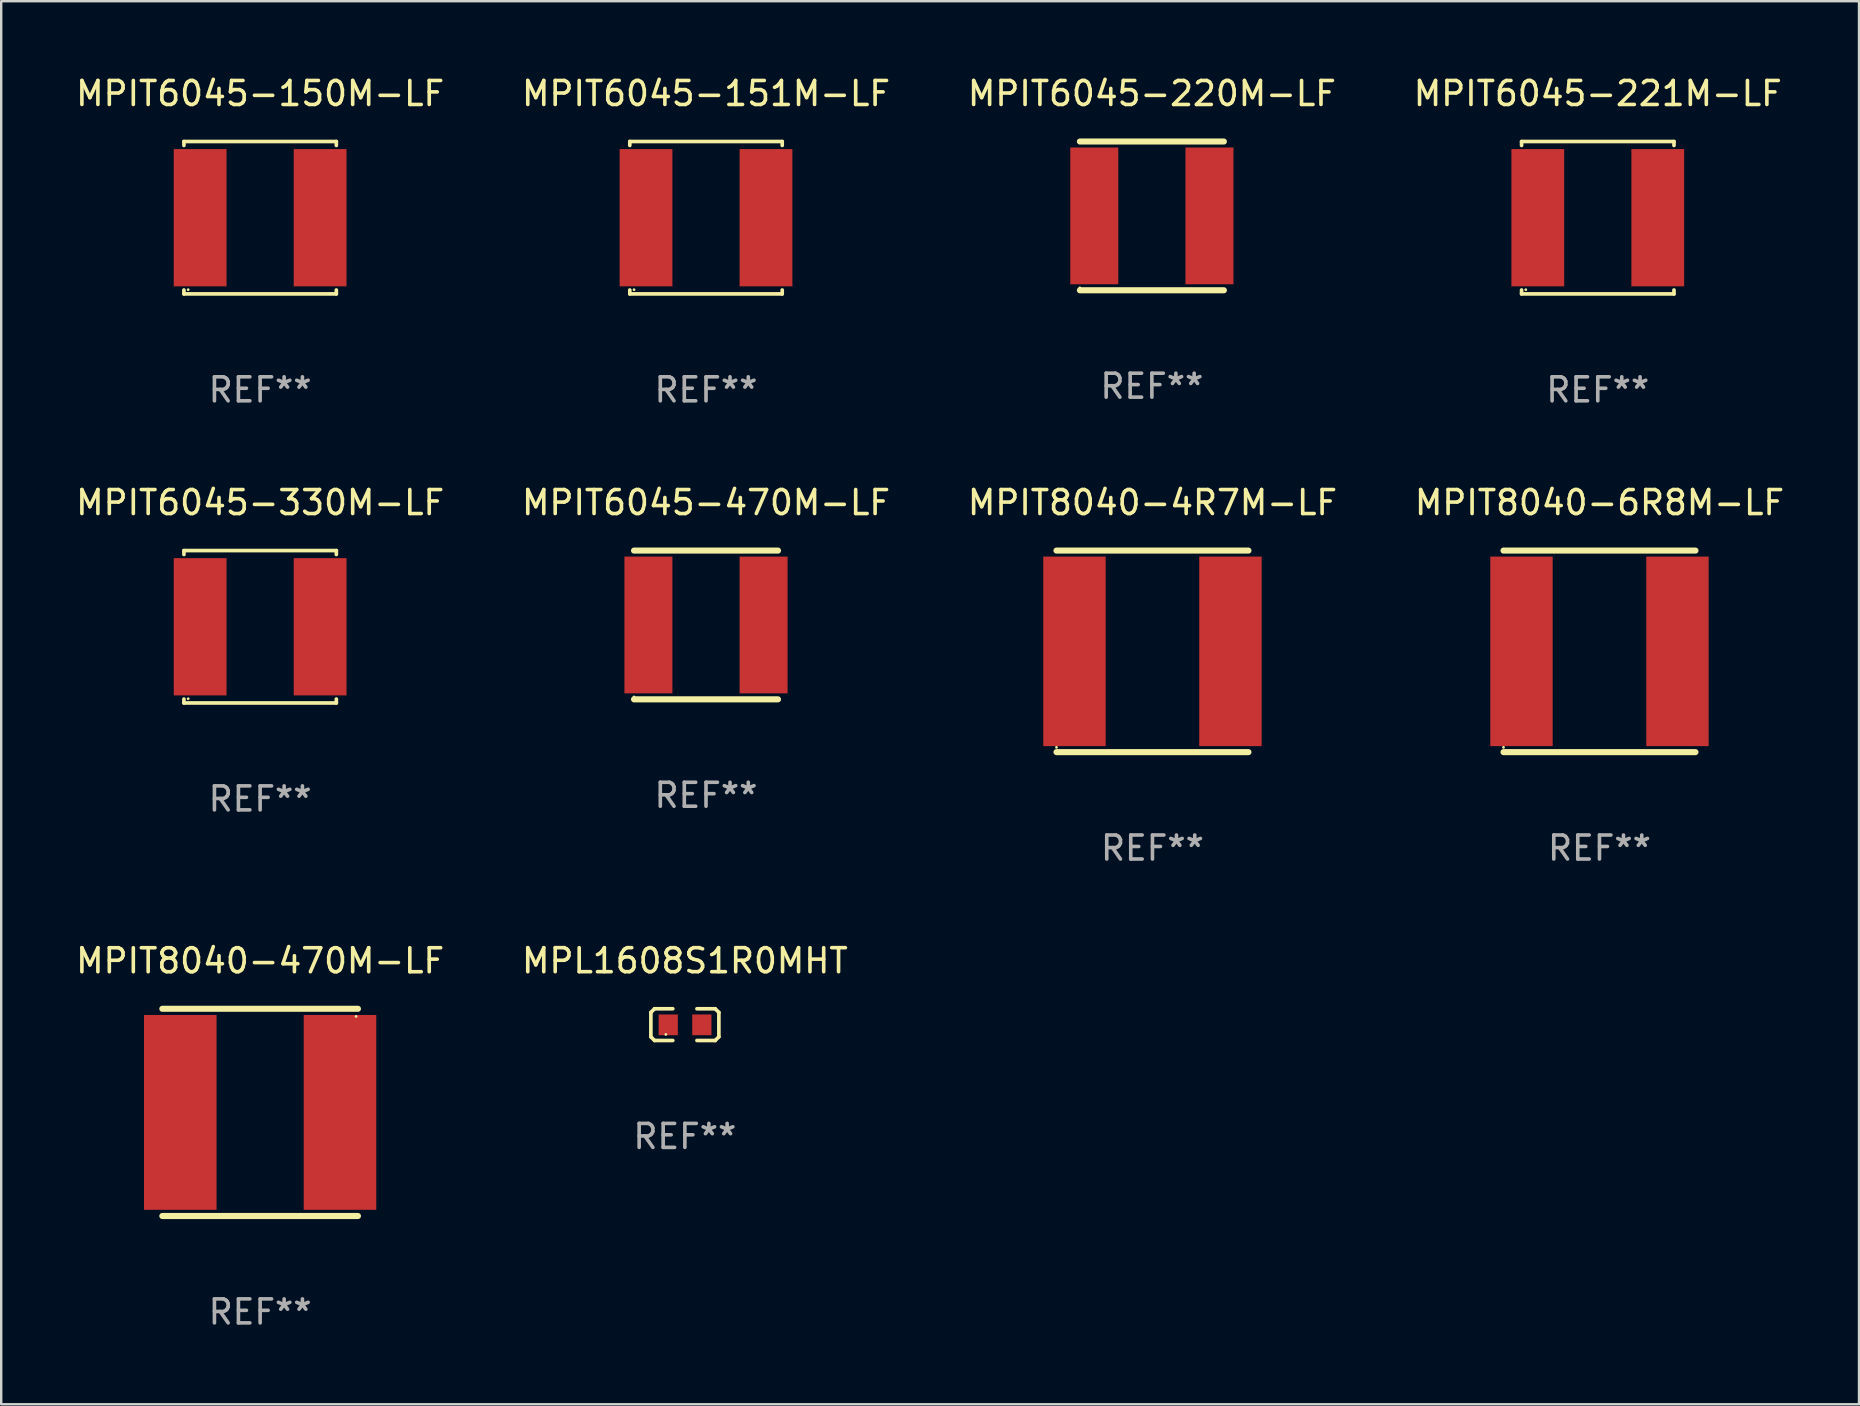
<source format=kicad_pcb>
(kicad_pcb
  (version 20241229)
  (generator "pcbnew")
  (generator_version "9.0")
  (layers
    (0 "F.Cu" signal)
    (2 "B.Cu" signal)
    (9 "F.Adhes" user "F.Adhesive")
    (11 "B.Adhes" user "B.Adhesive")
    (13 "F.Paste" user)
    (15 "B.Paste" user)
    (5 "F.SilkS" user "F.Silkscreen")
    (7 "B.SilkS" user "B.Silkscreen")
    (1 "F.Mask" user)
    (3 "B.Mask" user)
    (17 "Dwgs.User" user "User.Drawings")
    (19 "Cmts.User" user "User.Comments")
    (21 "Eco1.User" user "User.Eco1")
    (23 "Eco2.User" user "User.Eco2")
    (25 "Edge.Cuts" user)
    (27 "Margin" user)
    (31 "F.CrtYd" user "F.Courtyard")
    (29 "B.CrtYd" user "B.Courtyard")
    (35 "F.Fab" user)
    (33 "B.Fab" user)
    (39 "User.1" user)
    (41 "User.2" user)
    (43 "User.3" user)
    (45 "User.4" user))
  (footprint "MPIT6045-470M-LF"
    (layer "F.Cu")
    (at 26.375 22.997)
    (property "Reference" "MPIT6045-470M-LF" (at 0 -5.1 0) (layer "F.SilkS") (effects (font (size 1 1) (thickness 0.15))))
    (attr through_hole)
    (fp_line (start -3 -3.1) (end 3 -3.1) (stroke (width 0.254) (type solid)) (layer "F.SilkS"))
    (fp_line (start -3 3.1) (end 3 3.1) (stroke (width 0.254) (type solid)) (layer "F.SilkS"))
    (fp_circle (center -3 3) (end -2.97 3) (stroke (width 0.06) (type solid)) (fill no) (layer "F.SilkS"))
    (fp_text user "REF**" (at 0 7.1 0) (layer "F.Fab") (effects (font (size 1 1) (thickness 0.15))))
    (pad "1" smd rect (at -2.4 0) (size 2 5.7) (layers "F.Cu" "F.Mask" "F.Paste"))
    (pad "2" smd rect (at 2.4 0) (size 2 5.7) (layers "F.Cu" "F.Mask" "F.Paste")))
  (footprint "MPIT6045-330M-LF"
    (layer "F.Cu")
    (at 7.792 23.073)
    (property "Reference" "MPIT6045-330M-LF" (at 0 -5.176 0) (layer "F.SilkS") (effects (font (size 1 1) (thickness 0.15))))
    (attr through_hole)
    (fp_line (start -3.176 -3.176) (end 3.176 -3.176) (stroke (width 0.152) (type solid)) (layer "F.SilkS"))
    (fp_line (start -3.176 -3.012) (end -3.176 -3.176) (stroke (width 0.152) (type solid)) (layer "F.SilkS"))
    (fp_line (start -3.176 3.012) (end -3.176 3.176) (stroke (width 0.152) (type solid)) (layer "F.SilkS"))
    (fp_line (start -3.176 3.176) (end 3.176 3.176) (stroke (width 0.152) (type solid)) (layer "F.SilkS"))
    (fp_line (start 3.176 -3.176) (end 3.176 -3.012) (stroke (width 0.152) (type solid)) (layer "F.SilkS"))
    (fp_line (start 3.176 3.176) (end 3.176 3.012) (stroke (width 0.152) (type solid)) (layer "F.SilkS"))
    (fp_circle (center -3 3) (end -2.97 3) (stroke (width 0.06) (type solid)) (fill no) (layer "F.SilkS"))
    (fp_text user "REF**" (at 0 7.176 0) (layer "F.Fab") (effects (font (size 1 1) (thickness 0.15))))
    (pad "1" smd rect (at -2.5 0) (size 2.2 5.72) (layers "F.Cu" "F.Mask" "F.Paste"))
    (pad "2" smd rect (at 2.5 0) (size 2.2 5.72) (layers "F.Cu" "F.Mask" "F.Paste")))
  (footprint "MPIT8040-6R8M-LF"
    (layer "F.Cu")
    (at 63.613 24.097)
    (property "Reference" "MPIT8040-6R8M-LF" (at 0 -6.2 0) (layer "F.SilkS") (effects (font (size 1 1) (thickness 0.15))))
    (attr through_hole)
    (fp_line (start -4 -4.2) (end 4 -4.2) (stroke (width 0.254) (type solid)) (layer "F.SilkS"))
    (fp_line (start -4 4.2) (end 4 4.2) (stroke (width 0.254) (type solid)) (layer "F.SilkS"))
    (fp_circle (center -4 4) (end -3.97 4) (stroke (width 0.06) (type solid)) (fill no) (layer "F.SilkS"))
    (fp_text user "REF**" (at 0 8.2 0) (layer "F.Fab") (effects (font (size 1 1) (thickness 0.15))))
    (pad "1" smd rect (at -3.25 0) (size 2.6 7.9) (layers "F.Cu" "F.Mask" "F.Paste"))
    (pad "2" smd rect (at 3.25 0) (size 2.6 7.9) (layers "F.Cu" "F.Mask" "F.Paste")))
  (footprint "MPIT8040-470M-LF"
    (layer "F.Cu")
    (at 7.792 43.312)
    (property "Reference" "MPIT8040-470M-LF" (at 0 -6.318 0) (layer "F.SilkS") (effects (font (size 1 1) (thickness 0.15))))
    (attr through_hole)
    (fp_line (start -4.076 -4.318) (end 4.076 -4.318) (stroke (width 0.254) (type solid)) (layer "F.SilkS"))
    (fp_line (start -4.076 4.318) (end 4.076 4.318) (stroke (width 0.254) (type solid)) (layer "F.SilkS"))
    (fp_circle (center 4 -4) (end 4.03 -4) (stroke (width 0.06) (type solid)) (fill no) (layer "F.SilkS"))
    (fp_text user "REF**" (at 0 8.318 0) (layer "F.Fab") (effects (font (size 1 1) (thickness 0.15))))
    (pad "1" smd rect (at 3.328 0) (size 3.024 8.12) (layers "F.Cu" "F.Mask" "F.Paste"))
    (pad "2" smd rect (at -3.328 0) (size 3.024 8.12) (layers "F.Cu" "F.Mask" "F.Paste")))
  (footprint "MPL1608S1R0MHT"
    (layer "F.Cu")
    (at 25.494 39.654)
    (property "Reference" "MPL1608S1R0MHT" (at 0 -2.661 0) (layer "F.SilkS") (effects (font (size 1 1) (thickness 0.15))))
    (attr through_hole)
    (fp_line (start -1.417 -0.508) (end -1.265 -0.661) (stroke (width 0.152) (type solid)) (layer "F.SilkS"))
    (fp_line (start -1.417 0.508) (end -1.417 -0.508) (stroke (width 0.152) (type solid)) (layer "F.SilkS"))
    (fp_line (start -1.265 -0.661) (end -0.503 -0.661) (stroke (width 0.152) (type solid)) (layer "F.SilkS"))
    (fp_line (start -1.265 0.661) (end -1.417 0.508) (stroke (width 0.152) (type solid)) (layer "F.SilkS"))
    (fp_line (start -1.265 0.661) (end -0.503 0.661) (stroke (width 0.152) (type solid)) (layer "F.SilkS"))
    (fp_line (start 1.265 -0.661) (end 0.503 -0.661) (stroke (width 0.152) (type solid)) (layer "F.SilkS"))
    (fp_line (start 1.265 -0.661) (end 1.417 -0.508) (stroke (width 0.152) (type solid)) (layer "F.SilkS"))
    (fp_line (start 1.265 0.661) (end 0.503 0.661) (stroke (width 0.152) (type solid)) (layer "F.SilkS"))
    (fp_line (start 1.417 -0.508) (end 1.417 0.508) (stroke (width 0.152) (type solid)) (layer "F.SilkS"))
    (fp_line (start 1.417 0.508) (end 1.265 0.661) (stroke (width 0.152) (type solid)) (layer "F.SilkS"))
    (fp_circle (center -0.793 0.409) (end -0.763 0.409) (stroke (width 0.06) (type solid)) (fill no) (layer "F.SilkS"))
    (fp_text user "REF**" (at 0 4.661 0) (layer "F.Fab") (effects (font (size 1 1) (thickness 0.15))))
    (pad "1" smd rect (at -0.693 0.009 180) (size 0.8 0.864) (layers "F.Cu" "F.Mask" "F.Paste"))
    (pad "2" smd rect (at 0.707 0.009 180) (size 0.8 0.864) (layers "F.Cu" "F.Mask" "F.Paste")))
  (footprint "MPIT6045-220M-LF"
    (layer "F.Cu")
    (at 44.958 5.948)
    (property "Reference" "MPIT6045-220M-LF" (at 0 -5.1 0) (layer "F.SilkS") (effects (font (size 1 1) (thickness 0.15))))
    (attr through_hole)
    (fp_line (start -3 -3.1) (end 3 -3.1) (stroke (width 0.254) (type solid)) (layer "F.SilkS"))
    (fp_line (start -3 3.1) (end 3 3.1) (stroke (width 0.254) (type solid)) (layer "F.SilkS"))
    (fp_circle (center -3 3) (end -2.97 3) (stroke (width 0.06) (type solid)) (fill no) (layer "F.SilkS"))
    (fp_text user "REF**" (at 0 7.1 0) (layer "F.Fab") (effects (font (size 1 1) (thickness 0.15))))
    (pad "1" smd rect (at -2.4 0) (size 2 5.7) (layers "F.Cu" "F.Mask" "F.Paste"))
    (pad "2" smd rect (at 2.4 0) (size 2 5.7) (layers "F.Cu" "F.Mask" "F.Paste")))
  (footprint "MPIT6045-221M-LF"
    (layer "F.Cu")
    (at 63.542 6.024)
    (property "Reference" "MPIT6045-221M-LF" (at 0 -5.176 0) (layer "F.SilkS") (effects (font (size 1 1) (thickness 0.15))))
    (attr through_hole)
    (fp_line (start -3.176 -3.176) (end 3.176 -3.176) (stroke (width 0.152) (type solid)) (layer "F.SilkS"))
    (fp_line (start -3.176 -3.012) (end -3.176 -3.176) (stroke (width 0.152) (type solid)) (layer "F.SilkS"))
    (fp_line (start -3.176 3.012) (end -3.176 3.176) (stroke (width 0.152) (type solid)) (layer "F.SilkS"))
    (fp_line (start -3.176 3.176) (end 3.176 3.176) (stroke (width 0.152) (type solid)) (layer "F.SilkS"))
    (fp_line (start 3.176 -3.176) (end 3.176 -3.012) (stroke (width 0.152) (type solid)) (layer "F.SilkS"))
    (fp_line (start 3.176 3.176) (end 3.176 3.012) (stroke (width 0.152) (type solid)) (layer "F.SilkS"))
    (fp_circle (center -3 3) (end -2.97 3) (stroke (width 0.06) (type solid)) (fill no) (layer "F.SilkS"))
    (fp_text user "REF**" (at 0 7.176 0) (layer "F.Fab") (effects (font (size 1 1) (thickness 0.15))))
    (pad "1" smd rect (at -2.5 0) (size 2.2 5.72) (layers "F.Cu" "F.Mask" "F.Paste"))
    (pad "2" smd rect (at 2.5 0) (size 2.2 5.72) (layers "F.Cu" "F.Mask" "F.Paste")))
  (footprint "MPIT6045-150M-LF"
    (layer "F.Cu")
    (at 7.792 6.024)
    (property "Reference" "MPIT6045-150M-LF" (at 0 -5.176 0) (layer "F.SilkS") (effects (font (size 1 1) (thickness 0.15))))
    (attr through_hole)
    (fp_line (start -3.176 -3.176) (end 3.176 -3.176) (stroke (width 0.152) (type solid)) (layer "F.SilkS"))
    (fp_line (start -3.176 -3.012) (end -3.176 -3.176) (stroke (width 0.152) (type solid)) (layer "F.SilkS"))
    (fp_line (start -3.176 3.012) (end -3.176 3.176) (stroke (width 0.152) (type solid)) (layer "F.SilkS"))
    (fp_line (start -3.176 3.176) (end 3.176 3.176) (stroke (width 0.152) (type solid)) (layer "F.SilkS"))
    (fp_line (start 3.176 -3.176) (end 3.176 -3.012) (stroke (width 0.152) (type solid)) (layer "F.SilkS"))
    (fp_line (start 3.176 3.176) (end 3.176 3.012) (stroke (width 0.152) (type solid)) (layer "F.SilkS"))
    (fp_circle (center -3 3) (end -2.97 3) (stroke (width 0.06) (type solid)) (fill no) (layer "F.SilkS"))
    (fp_text user "REF**" (at 0 7.176 0) (layer "F.Fab") (effects (font (size 1 1) (thickness 0.15))))
    (pad "1" smd rect (at -2.5 0) (size 2.2 5.72) (layers "F.Cu" "F.Mask" "F.Paste"))
    (pad "2" smd rect (at 2.5 0) (size 2.2 5.72) (layers "F.Cu" "F.Mask" "F.Paste")))
  (footprint "MPIT6045-151M-LF"
    (layer "F.Cu")
    (at 26.375 6.024)
    (property "Reference" "MPIT6045-151M-LF" (at 0 -5.176 0) (layer "F.SilkS") (effects (font (size 1 1) (thickness 0.15))))
    (attr through_hole)
    (fp_line (start -3.176 -3.176) (end 3.176 -3.176) (stroke (width 0.152) (type solid)) (layer "F.SilkS"))
    (fp_line (start -3.176 -3.012) (end -3.176 -3.176) (stroke (width 0.152) (type solid)) (layer "F.SilkS"))
    (fp_line (start -3.176 3.012) (end -3.176 3.176) (stroke (width 0.152) (type solid)) (layer "F.SilkS"))
    (fp_line (start -3.176 3.176) (end 3.176 3.176) (stroke (width 0.152) (type solid)) (layer "F.SilkS"))
    (fp_line (start 3.176 -3.176) (end 3.176 -3.012) (stroke (width 0.152) (type solid)) (layer "F.SilkS"))
    (fp_line (start 3.176 3.176) (end 3.176 3.012) (stroke (width 0.152) (type solid)) (layer "F.SilkS"))
    (fp_circle (center -3 3) (end -2.97 3) (stroke (width 0.06) (type solid)) (fill no) (layer "F.SilkS"))
    (fp_text user "REF**" (at 0 7.176 0) (layer "F.Fab") (effects (font (size 1 1) (thickness 0.15))))
    (pad "1" smd rect (at -2.5 0) (size 2.2 5.72) (layers "F.Cu" "F.Mask" "F.Paste"))
    (pad "2" smd rect (at 2.5 0) (size 2.2 5.72) (layers "F.Cu" "F.Mask" "F.Paste")))
  (footprint "MPIT8040-4R7M-LF"
    (layer "F.Cu")
    (at 44.982 24.097)
    (property "Reference" "MPIT8040-4R7M-LF" (at 0 -6.2 0) (layer "F.SilkS") (effects (font (size 1 1) (thickness 0.15))))
    (attr through_hole)
    (fp_line (start -4 -4.2) (end 4 -4.2) (stroke (width 0.254) (type solid)) (layer "F.SilkS"))
    (fp_line (start -4 4.2) (end 4 4.2) (stroke (width 0.254) (type solid)) (layer "F.SilkS"))
    (fp_circle (center -4 4) (end -3.97 4) (stroke (width 0.06) (type solid)) (fill no) (layer "F.SilkS"))
    (fp_text user "REF**" (at 0 8.2 0) (layer "F.Fab") (effects (font (size 1 1) (thickness 0.15))))
    (pad "1" smd rect (at -3.25 0) (size 2.6 7.9) (layers "F.Cu" "F.Mask" "F.Paste"))
    (pad "2" smd rect (at 3.25 0) (size 2.6 7.9) (layers "F.Cu" "F.Mask" "F.Paste")))
  (gr_rect
    (start -3 -3)
    (end 74.429 55.478)
    (stroke (width 0.1) (type default))
    (fill no)
    (layer "Edge.Cuts")))
</source>
